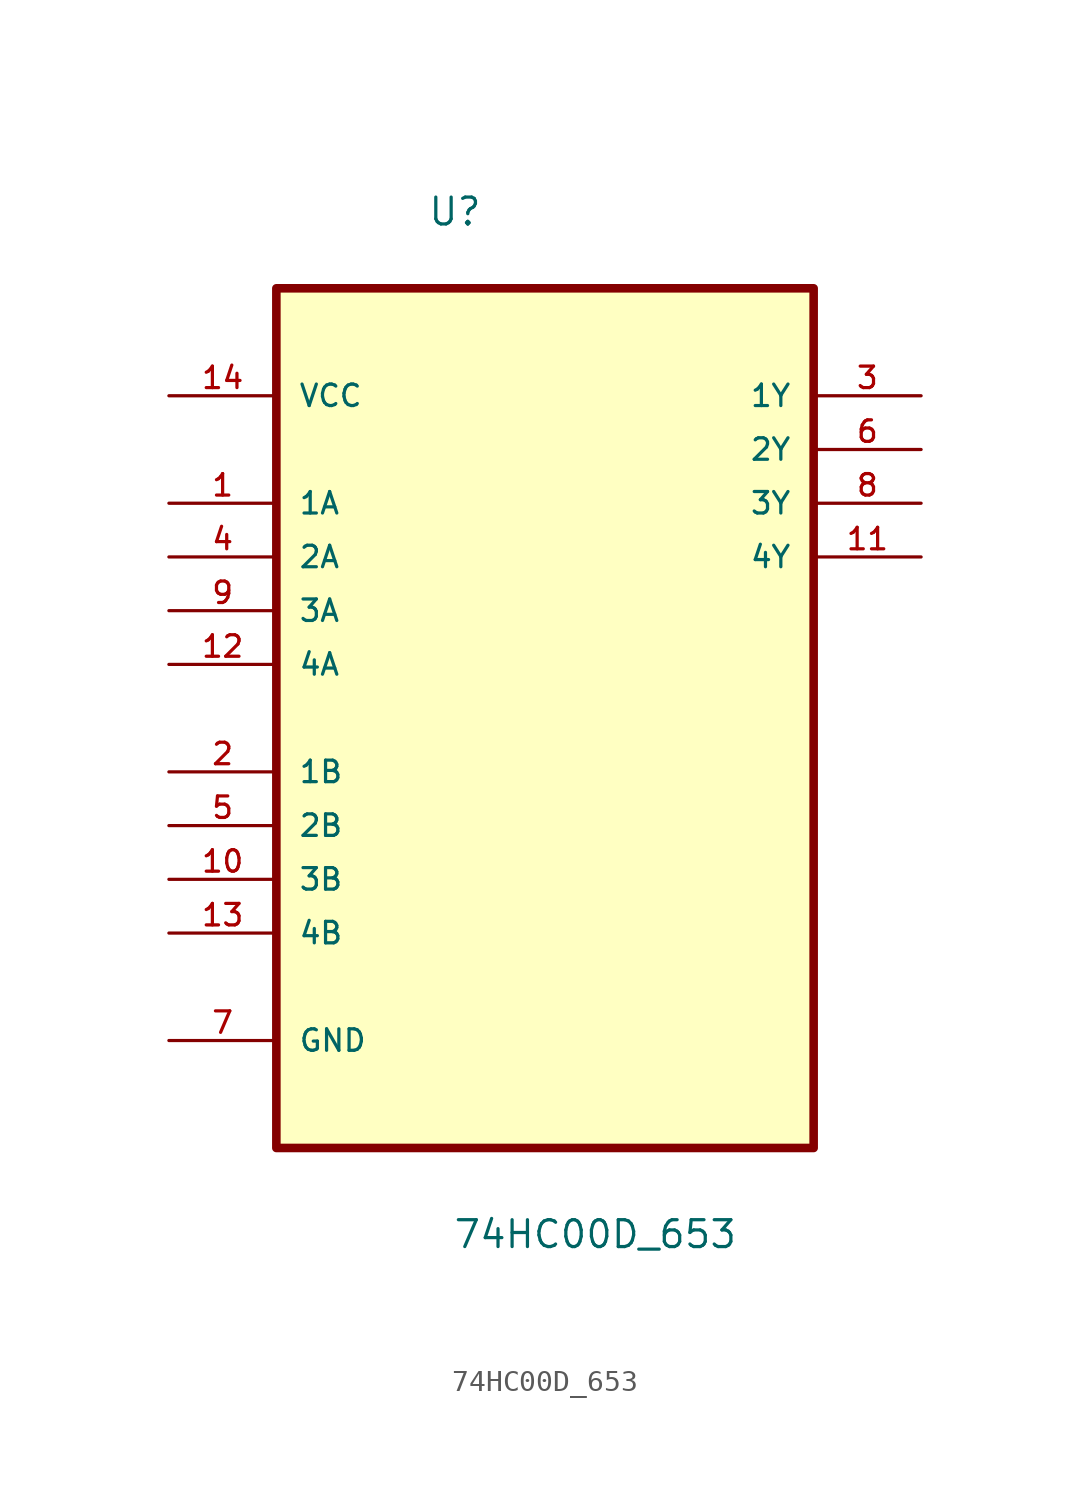
<source format=kicad_sym>
(kicad_symbol_lib
  (version 20211014)
  (generator kicad_symbol_editor)
  (symbol "74HC00D_653"
    (pin_names
      (offset 1.016))
    (property "Reference" "U"
      (at -5.565 20.659 0.0)
      (effects (font (size 1.27 1.27)) (justify bottom left)))
    (property "Value" "74HC00D_653"
      (at -4.377 -27.684 0.0)
      (effects (font (size 1.27 1.27)) (justify bottom left)))
    (symbol "74HC00D_653_0_0"
      (rectangle (start -12.7 -22.86) (end 12.7 17.78) (stroke (width 0.406)) (fill (type background)))
      (pin power_in line (at -17.78 12.7 0) (length 5.08) (name "VCC" (effects (font (size 1.016 1.016)))) (number "14" (effects (font (size 1.016 1.016)))))
      (pin input line (at -17.78 7.62 0) (length 5.08) (name "1A" (effects (font (size 1.016 1.016)))) (number "1" (effects (font (size 1.016 1.016)))))
      (pin input line (at -17.78 5.08 0) (length 5.08) (name "2A" (effects (font (size 1.016 1.016)))) (number "4" (effects (font (size 1.016 1.016)))))
      (pin input line (at -17.78 2.54 0) (length 5.08) (name "3A" (effects (font (size 1.016 1.016)))) (number "9" (effects (font (size 1.016 1.016)))))
      (pin input line (at -17.78 0.0 0) (length 5.08) (name "4A" (effects (font (size 1.016 1.016)))) (number "12" (effects (font (size 1.016 1.016)))))
      (pin input line (at -17.78 -5.08 0) (length 5.08) (name "1B" (effects (font (size 1.016 1.016)))) (number "2" (effects (font (size 1.016 1.016)))))
      (pin input line (at -17.78 -7.62 0) (length 5.08) (name "2B" (effects (font (size 1.016 1.016)))) (number "5" (effects (font (size 1.016 1.016)))))
      (pin passive line (at -17.78 -10.16 0) (length 5.08) (name "3B" (effects (font (size 1.016 1.016)))) (number "10" (effects (font (size 1.016 1.016)))))
      (pin input line (at -17.78 -12.7 0) (length 5.08) (name "4B" (effects (font (size 1.016 1.016)))) (number "13" (effects (font (size 1.016 1.016)))))
      (pin passive line (at -17.78 -17.78 0) (length 5.08) (name "GND" (effects (font (size 1.016 1.016)))) (number "7" (effects (font (size 1.016 1.016)))))
      (pin output line (at 17.78 12.7 180.0) (length 5.08) (name "1Y" (effects (font (size 1.016 1.016)))) (number "3" (effects (font (size 1.016 1.016)))))
      (pin output line (at 17.78 10.16 180.0) (length 5.08) (name "2Y" (effects (font (size 1.016 1.016)))) (number "6" (effects (font (size 1.016 1.016)))))
      (pin output line (at 17.78 7.62 180.0) (length 5.08) (name "3Y" (effects (font (size 1.016 1.016)))) (number "8" (effects (font (size 1.016 1.016)))))
      (pin output line (at 17.78 5.08 180.0) (length 5.08) (name "4Y" (effects (font (size 1.016 1.016)))) (number "11" (effects (font (size 1.016 1.016))))))))
</source>
